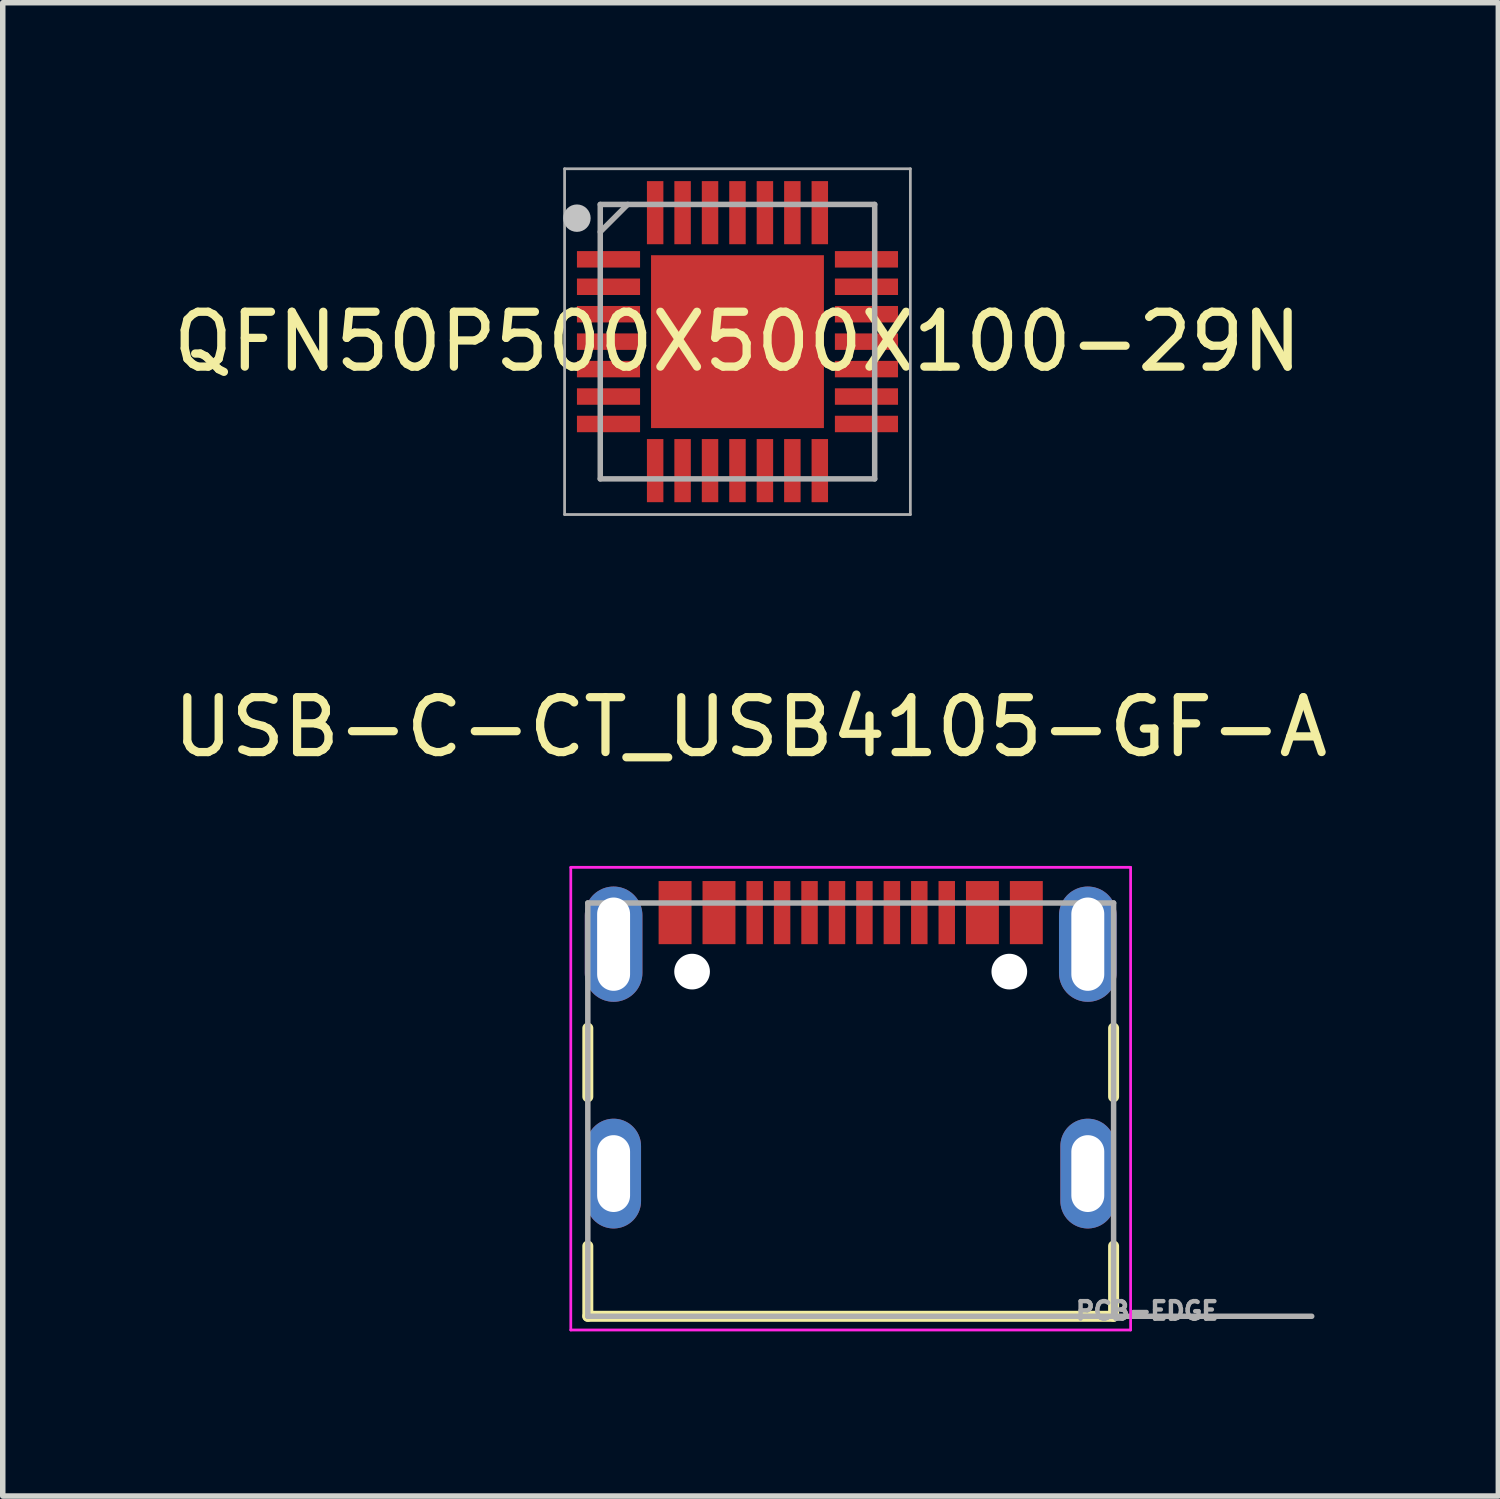
<source format=kicad_pcb>
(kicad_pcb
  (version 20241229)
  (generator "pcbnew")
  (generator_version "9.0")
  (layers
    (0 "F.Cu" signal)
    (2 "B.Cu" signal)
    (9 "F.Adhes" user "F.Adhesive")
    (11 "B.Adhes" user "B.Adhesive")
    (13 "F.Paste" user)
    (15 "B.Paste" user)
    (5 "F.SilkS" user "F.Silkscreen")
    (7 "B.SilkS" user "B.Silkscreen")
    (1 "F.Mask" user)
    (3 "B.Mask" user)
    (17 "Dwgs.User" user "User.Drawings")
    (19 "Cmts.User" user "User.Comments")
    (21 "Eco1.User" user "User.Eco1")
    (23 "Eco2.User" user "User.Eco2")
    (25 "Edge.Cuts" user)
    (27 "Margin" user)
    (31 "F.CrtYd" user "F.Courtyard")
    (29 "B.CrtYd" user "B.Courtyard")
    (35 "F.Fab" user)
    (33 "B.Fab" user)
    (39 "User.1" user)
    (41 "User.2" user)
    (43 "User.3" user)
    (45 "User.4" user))
  (footprint "QFN50P500X500X100-29N"
    (layer "F.Cu")
    (at 10.387 3.175)
    (property "Reference" "QFN50P500X500X100-29N" (at 0 0 0) (layer "F.SilkS") (effects (font (size 1 1) (thickness 0.15))))
    (attr through_hole)
    (fp_circle (center -2.925 -2.25) (end -2.8 -2.25) (stroke (width 0.25) (type solid)) (fill no) (layer "Dwgs.User"))
    (fp_line (start -3.15 -3.15) (end 3.15 -3.15) (stroke (width 0.05) (type solid)) (layer "F.Fab"))
    (fp_line (start -3.15 3.15) (end -3.15 -3.15) (stroke (width 0.05) (type solid)) (layer "F.Fab"))
    (fp_line (start -2.5 -2.5) (end 2.5 -2.5) (stroke (width 0.1) (type solid)) (layer "F.Fab"))
    (fp_line (start -2.5 -2) (end -2 -2.5) (stroke (width 0.1) (type solid)) (layer "F.Fab"))
    (fp_line (start -2.5 2.5) (end -2.5 -2.5) (stroke (width 0.1) (type solid)) (layer "F.Fab"))
    (fp_line (start 2.5 -2.5) (end 2.5 2.5) (stroke (width 0.1) (type solid)) (layer "F.Fab"))
    (fp_line (start 2.5 2.5) (end -2.5 2.5) (stroke (width 0.1) (type solid)) (layer "F.Fab"))
    (fp_line (start 3.15 -3.15) (end 3.15 3.15) (stroke (width 0.05) (type solid)) (layer "F.Fab"))
    (fp_line (start 3.15 3.15) (end -3.15 3.15) (stroke (width 0.05) (type solid)) (layer "F.Fab"))
    (pad "1" smd rect (at -2.35 -1.5) (size 1.15 0.3) (layers "F.Cu" "F.Mask" "F.Paste"))
    (pad "2" smd rect (at -2.35 -1) (size 1.15 0.3) (layers "F.Cu" "F.Mask" "F.Paste"))
    (pad "3" smd rect (at -2.35 -0.5) (size 1.15 0.3) (layers "F.Cu" "F.Mask" "F.Paste"))
    (pad "4" smd rect (at -2.35 0) (size 1.15 0.3) (layers "F.Cu" "F.Mask" "F.Paste"))
    (pad "5" smd rect (at -2.35 0.5) (size 1.15 0.3) (layers "F.Cu" "F.Mask" "F.Paste"))
    (pad "6" smd rect (at -2.35 1) (size 1.15 0.3) (layers "F.Cu" "F.Mask" "F.Paste"))
    (pad "7" smd rect (at -2.35 1.5) (size 1.15 0.3) (layers "F.Cu" "F.Mask" "F.Paste"))
    (pad "8" smd rect (at -1.5 2.35 90) (size 1.15 0.3) (layers "F.Cu" "F.Mask" "F.Paste"))
    (pad "9" smd rect (at -1 2.35 90) (size 1.15 0.3) (layers "F.Cu" "F.Mask" "F.Paste"))
    (pad "10" smd rect (at -0.5 2.35 90) (size 1.15 0.3) (layers "F.Cu" "F.Mask" "F.Paste"))
    (pad "11" smd rect (at 0 2.35 90) (size 1.15 0.3) (layers "F.Cu" "F.Mask" "F.Paste"))
    (pad "12" smd rect (at 0.5 2.35 90) (size 1.15 0.3) (layers "F.Cu" "F.Mask" "F.Paste"))
    (pad "13" smd rect (at 1 2.35 90) (size 1.15 0.3) (layers "F.Cu" "F.Mask" "F.Paste"))
    (pad "14" smd rect (at 1.5 2.35 90) (size 1.15 0.3) (layers "F.Cu" "F.Mask" "F.Paste"))
    (pad "15" smd rect (at 2.35 1.5) (size 1.15 0.3) (layers "F.Cu" "F.Mask" "F.Paste"))
    (pad "16" smd rect (at 2.35 1) (size 1.15 0.3) (layers "F.Cu" "F.Mask" "F.Paste"))
    (pad "17" smd rect (at 2.35 0.5) (size 1.15 0.3) (layers "F.Cu" "F.Mask" "F.Paste"))
    (pad "18" smd rect (at 2.35 0) (size 1.15 0.3) (layers "F.Cu" "F.Mask" "F.Paste"))
    (pad "19" smd rect (at 2.35 -0.5) (size 1.15 0.3) (layers "F.Cu" "F.Mask" "F.Paste"))
    (pad "20" smd rect (at 2.35 -1) (size 1.15 0.3) (layers "F.Cu" "F.Mask" "F.Paste"))
    (pad "21" smd rect (at 2.35 -1.5) (size 1.15 0.3) (layers "F.Cu" "F.Mask" "F.Paste"))
    (pad "22" smd rect (at 1.5 -2.35 90) (size 1.15 0.3) (layers "F.Cu" "F.Mask" "F.Paste"))
    (pad "23" smd rect (at 1 -2.35 90) (size 1.15 0.3) (layers "F.Cu" "F.Mask" "F.Paste"))
    (pad "24" smd rect (at 0.5 -2.35 90) (size 1.15 0.3) (layers "F.Cu" "F.Mask" "F.Paste"))
    (pad "25" smd rect (at 0 -2.35 90) (size 1.15 0.3) (layers "F.Cu" "F.Mask" "F.Paste"))
    (pad "26" smd rect (at -0.5 -2.35 90) (size 1.15 0.3) (layers "F.Cu" "F.Mask" "F.Paste"))
    (pad "27" smd rect (at -1 -2.35 90) (size 1.15 0.3) (layers "F.Cu" "F.Mask" "F.Paste"))
    (pad "28" smd rect (at -1.5 -2.35 90) (size 1.15 0.3) (layers "F.Cu" "F.Mask" "F.Paste"))
    (pad "29" smd rect (at 0 0 90) (size 3.15 3.15) (layers "F.Cu" "F.Mask" "F.Paste")))
  (footprint "USB-C-CT_USB4105-GF-A"
    (layer "F.Cu")
    (at 12.45 18.333)
    (property "Reference" "USB-C-CT_USB4105-GF-A" (at -1.825 -8.135 0) (layer "F.SilkS") (effects (font (size 1 1) (thickness 0.15))))
    (attr through_hole)
    (fp_line (start -4.79 -2.65) (end -4.79 -1.4) (stroke (width 0.2) (type solid)) (layer "F.SilkS"))
    (fp_line (start -4.79 1.32) (end -4.79 2.6) (stroke (width 0.2) (type solid)) (layer "F.SilkS"))
    (fp_line (start -4.79 2.6) (end 4.79 2.6) (stroke (width 0.2) (type solid)) (layer "F.SilkS"))
    (fp_line (start 4.79 -2.65) (end 4.79 -1.4) (stroke (width 0.2) (type solid)) (layer "F.SilkS"))
    (fp_line (start 4.79 2.6) (end 4.79 1.32) (stroke (width 0.2) (type solid)) (layer "F.SilkS"))
    (fp_line (start -5.1 -5.58) (end -5.1 2.85) (stroke (width 0.05) (type solid)) (layer "F.CrtYd"))
    (fp_line (start -5.1 2.85) (end 5.1 2.85) (stroke (width 0.05) (type solid)) (layer "F.CrtYd"))
    (fp_line (start 5.1 -5.58) (end -5.1 -5.58) (stroke (width 0.05) (type solid)) (layer "F.CrtYd"))
    (fp_line (start 5.1 2.85) (end 5.1 -5.58) (stroke (width 0.05) (type solid)) (layer "F.CrtYd"))
    (fp_line (start -4.79 -4.93) (end 4.79 -4.93) (stroke (width 0.1) (type solid)) (layer "F.Fab"))
    (fp_line (start -4.79 2.6) (end -4.79 -4.93) (stroke (width 0.1) (type solid)) (layer "F.Fab"))
    (fp_line (start 4.79 -4.93) (end 4.79 2.6) (stroke (width 0.1) (type solid)) (layer "F.Fab"))
    (fp_line (start 4.79 2.6) (end -4.79 2.6) (stroke (width 0.1) (type solid)) (layer "F.Fab"))
    (fp_line (start 4.8 2.6) (end 8.4 2.6) (stroke (width 0.1) (type solid)) (layer "F.Fab"))
    (fp_text user "PCB-EDGE" (at 5.4 2.5 0) (layer "F.Fab") (effects (font (size 0.32 0.32) (thickness 0.15))))
    (pad "" np_thru_hole circle (at -2.89 -3.68) (size 0.65 0.65) (drill 0.65) (layers "*.Cu" "*.Mask"))
    (pad "" np_thru_hole circle (at 2.89 -3.68) (size 0.65 0.65) (drill 0.65) (layers "*.Cu" "*.Mask"))
    (pad "A1_B12" smd rect (at -3.2 -4.755) (size 0.6 1.15) (layers "F.Cu" "F.Mask" "F.Paste"))
    (pad "A4_B9" smd rect (at -2.4 -4.755) (size 0.6 1.15) (layers "F.Cu" "F.Mask" "F.Paste"))
    (pad "A5" smd rect (at -1.25 -4.755) (size 0.3 1.15) (layers "F.Cu" "F.Mask" "F.Paste"))
    (pad "A6" smd rect (at -0.25 -4.755) (size 0.3 1.15) (layers "F.Cu" "F.Mask" "F.Paste"))
    (pad "A7" smd rect (at 0.25 -4.755) (size 0.3 1.15) (layers "F.Cu" "F.Mask" "F.Paste"))
    (pad "A8" smd rect (at 1.25 -4.755) (size 0.3 1.15) (layers "F.Cu" "F.Mask" "F.Paste"))
    (pad "B1_A12" smd rect (at 3.2 -4.755) (size 0.6 1.15) (layers "F.Cu" "F.Mask" "F.Paste"))
    (pad "B4_A9" smd rect (at 2.4 -4.755) (size 0.6 1.15) (layers "F.Cu" "F.Mask" "F.Paste"))
    (pad "B5" smd rect (at 1.75 -4.755) (size 0.3 1.15) (layers "F.Cu" "F.Mask" "F.Paste"))
    (pad "B6" smd rect (at 0.75 -4.755) (size 0.3 1.15) (layers "F.Cu" "F.Mask" "F.Paste"))
    (pad "B7" smd rect (at -0.75 -4.755) (size 0.3 1.15) (layers "F.Cu" "F.Mask" "F.Paste"))
    (pad "B8" smd rect (at -1.75 -4.755) (size 0.3 1.15) (layers "F.Cu" "F.Mask" "F.Paste"))
    (pad "S1" thru_hole oval (at -4.32 -4.18) (size 1.05 2.1) (drill oval 0.6 1.7) (layers "*.Cu" "*.Mask"))
    (pad "S2" thru_hole oval (at -4.32 0) (size 1 2) (drill oval 0.6 1.4) (layers "*.Cu" "*.Mask"))
    (pad "S3" thru_hole oval (at 4.32 0) (size 1 2) (drill oval 0.6 1.4) (layers "*.Cu" "*.Mask"))
    (pad "S4" thru_hole oval (at 4.32 -4.18) (size 1.05 2.1) (drill oval 0.6 1.7) (layers "*.Cu" "*.Mask")))
  (gr_rect
    (start -3 -3)
    (end 24.25 24.208)
    (stroke (width 0.1) (type default))
    (fill no)
    (layer "Edge.Cuts")))
</source>
